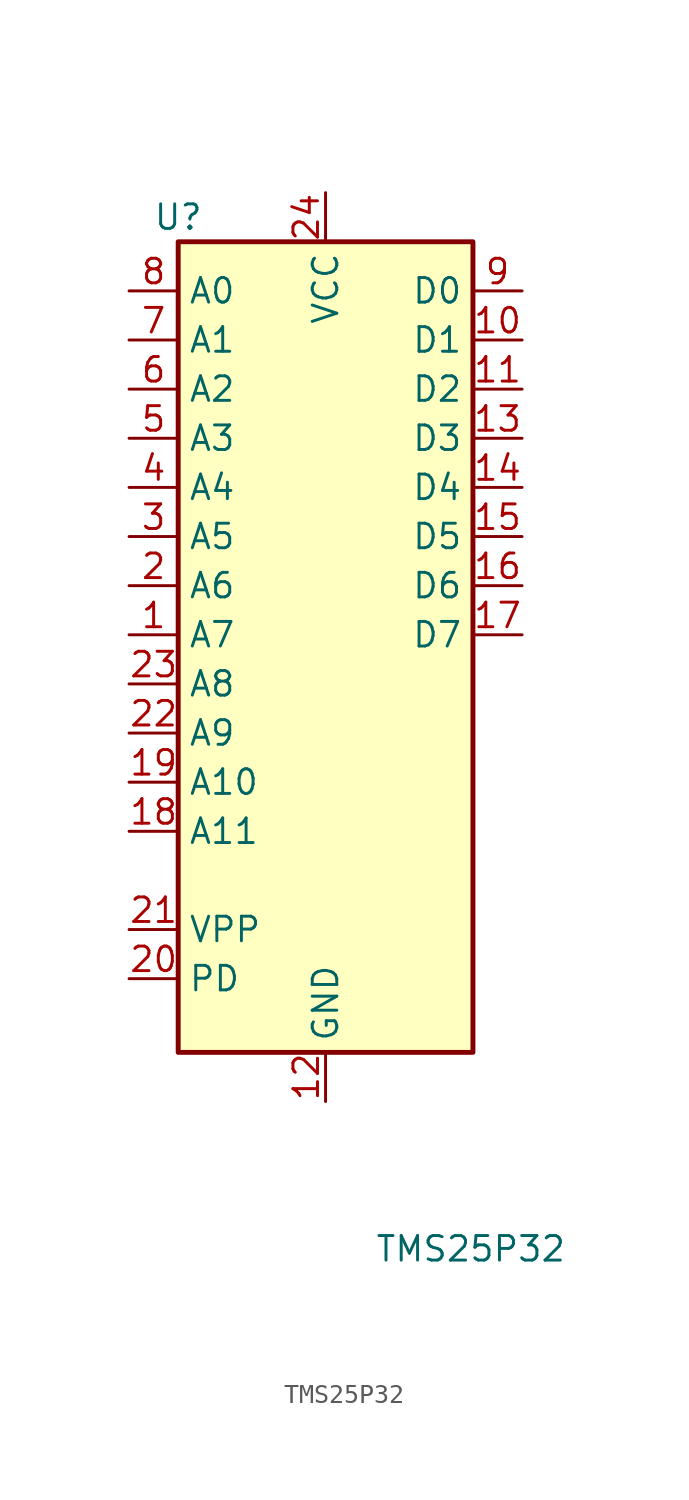
<source format=kicad_sym>
(kicad_symbol_lib
  (version 20220914)
  (generator kicad_symbol_editor)
  (symbol "TMS25P32"
    (property "Reference" "U"
      (at -7.62 26.67 0)
      (effects (font (size 1.27 1.27))))
    (property "Value" "TMS25P32"
      (at 2.54 -26.67 0)
      (effects (font (size 1.27 1.27)) (justify left)))
    (symbol "TMS25P32_1_1"
      (rectangle (start -7.62 25.4) (end 7.62 -16.51) (stroke (width 0.254) (type default)) (fill (type background)))
      (pin input line (at -10.16 5.08 0) (length 2.54) (name "A7" (effects (font (size 1.27 1.27)))) (number "1" (effects (font (size 1.27 1.27)))))
      (pin tri_state line (at 10.16 20.32 180) (length 2.54) (name "D1" (effects (font (size 1.27 1.27)))) (number "10" (effects (font (size 1.27 1.27)))))
      (pin tri_state line (at 10.16 17.78 180) (length 2.54) (name "D2" (effects (font (size 1.27 1.27)))) (number "11" (effects (font (size 1.27 1.27)))))
      (pin power_in line (at 0 -19.05 90) (length 2.54) (name "GND" (effects (font (size 1.27 1.27)))) (number "12" (effects (font (size 1.27 1.27)))))
      (pin tri_state line (at 10.16 15.24 180) (length 2.54) (name "D3" (effects (font (size 1.27 1.27)))) (number "13" (effects (font (size 1.27 1.27)))))
      (pin tri_state line (at 10.16 12.7 180) (length 2.54) (name "D4" (effects (font (size 1.27 1.27)))) (number "14" (effects (font (size 1.27 1.27)))))
      (pin tri_state line (at 10.16 10.16 180) (length 2.54) (name "D5" (effects (font (size 1.27 1.27)))) (number "15" (effects (font (size 1.27 1.27)))))
      (pin tri_state line (at 10.16 7.62 180) (length 2.54) (name "D6" (effects (font (size 1.27 1.27)))) (number "16" (effects (font (size 1.27 1.27)))))
      (pin tri_state line (at 10.16 5.08 180) (length 2.54) (name "D7" (effects (font (size 1.27 1.27)))) (number "17" (effects (font (size 1.27 1.27)))))
      (pin input line (at -10.16 -5.08 0) (length 2.54) (name "A11" (effects (font (size 1.27 1.27)))) (number "18" (effects (font (size 1.27 1.27)))))
      (pin input line (at -10.16 -2.54 0) (length 2.54) (name "A10" (effects (font (size 1.27 1.27)))) (number "19" (effects (font (size 1.27 1.27)))))
      (pin input line (at -10.16 7.62 0) (length 2.54) (name "A6" (effects (font (size 1.27 1.27)))) (number "2" (effects (font (size 1.27 1.27)))))
      (pin input line (at -10.16 -12.7 0) (length 2.54) (name "PD" (effects (font (size 1.27 1.27)))) (number "20" (effects (font (size 1.27 1.27)))))
      (pin input line (at -10.16 -10.16 0) (length 2.54) (name "VPP" (effects (font (size 1.27 1.27)))) (number "21" (effects (font (size 1.27 1.27)))))
      (pin input line (at -10.16 0 0) (length 2.54) (name "A9" (effects (font (size 1.27 1.27)))) (number "22" (effects (font (size 1.27 1.27)))))
      (pin input line (at -10.16 2.54 0) (length 2.54) (name "A8" (effects (font (size 1.27 1.27)))) (number "23" (effects (font (size 1.27 1.27)))))
      (pin power_in line (at 0 27.94 270) (length 2.54) (name "VCC" (effects (font (size 1.27 1.27)))) (number "24" (effects (font (size 1.27 1.27)))))
      (pin input line (at -10.16 10.16 0) (length 2.54) (name "A5" (effects (font (size 1.27 1.27)))) (number "3" (effects (font (size 1.27 1.27)))))
      (pin input line (at -10.16 12.7 0) (length 2.54) (name "A4" (effects (font (size 1.27 1.27)))) (number "4" (effects (font (size 1.27 1.27)))))
      (pin input line (at -10.16 15.24 0) (length 2.54) (name "A3" (effects (font (size 1.27 1.27)))) (number "5" (effects (font (size 1.27 1.27)))))
      (pin input line (at -10.16 17.78 0) (length 2.54) (name "A2" (effects (font (size 1.27 1.27)))) (number "6" (effects (font (size 1.27 1.27)))))
      (pin input line (at -10.16 20.32 0) (length 2.54) (name "A1" (effects (font (size 1.27 1.27)))) (number "7" (effects (font (size 1.27 1.27)))))
      (pin input line (at -10.16 22.86 0) (length 2.54) (name "A0" (effects (font (size 1.27 1.27)))) (number "8" (effects (font (size 1.27 1.27)))))
      (pin tri_state line (at 10.16 22.86 180) (length 2.54) (name "D0" (effects (font (size 1.27 1.27)))) (number "9" (effects (font (size 1.27 1.27))))))))
</source>
